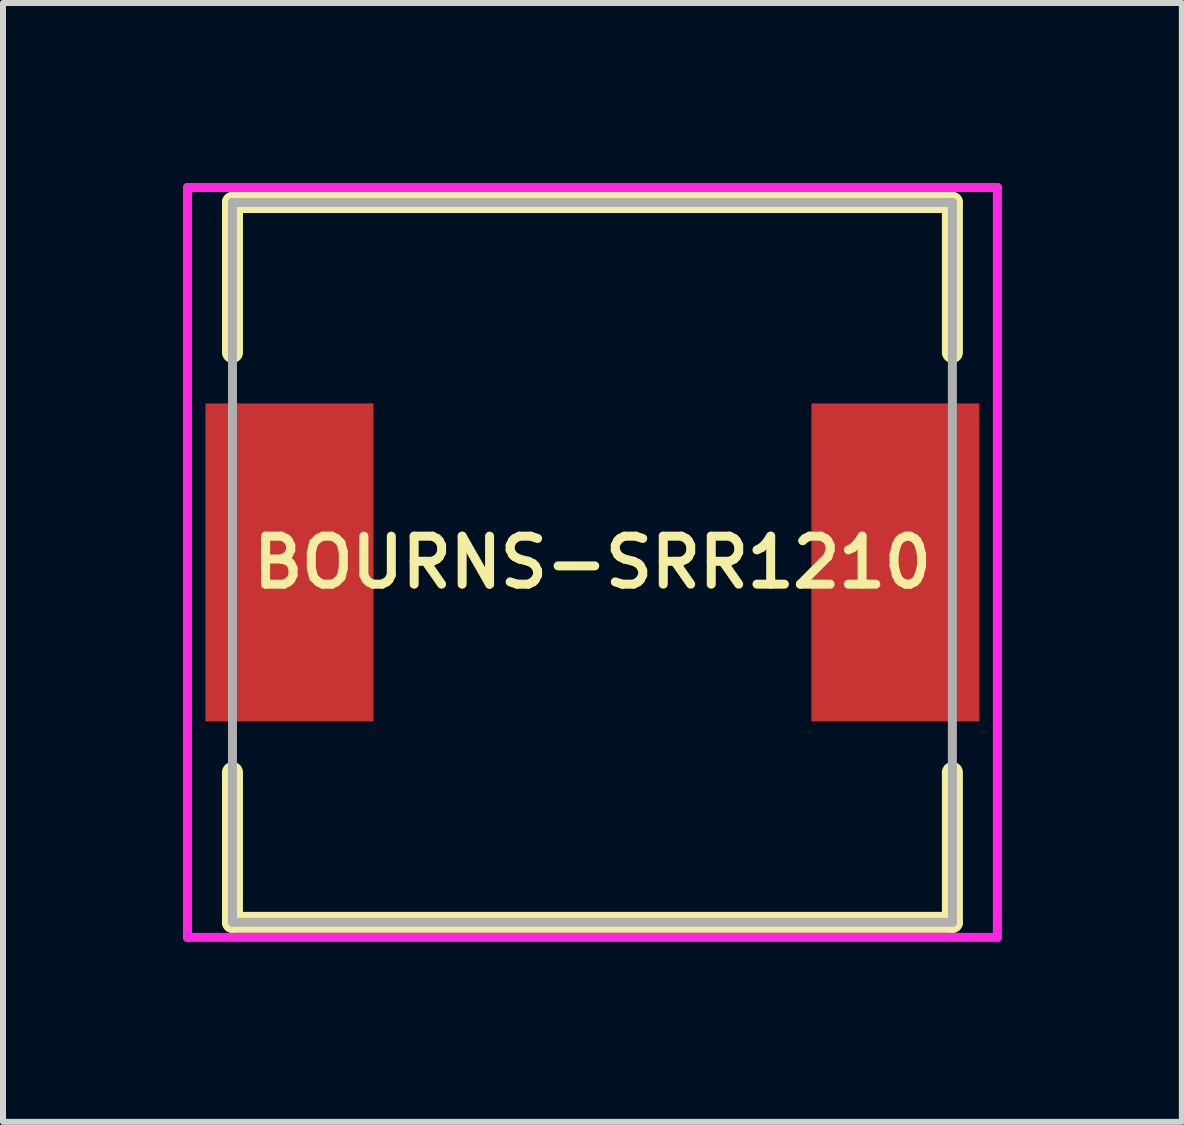
<source format=kicad_pcb>
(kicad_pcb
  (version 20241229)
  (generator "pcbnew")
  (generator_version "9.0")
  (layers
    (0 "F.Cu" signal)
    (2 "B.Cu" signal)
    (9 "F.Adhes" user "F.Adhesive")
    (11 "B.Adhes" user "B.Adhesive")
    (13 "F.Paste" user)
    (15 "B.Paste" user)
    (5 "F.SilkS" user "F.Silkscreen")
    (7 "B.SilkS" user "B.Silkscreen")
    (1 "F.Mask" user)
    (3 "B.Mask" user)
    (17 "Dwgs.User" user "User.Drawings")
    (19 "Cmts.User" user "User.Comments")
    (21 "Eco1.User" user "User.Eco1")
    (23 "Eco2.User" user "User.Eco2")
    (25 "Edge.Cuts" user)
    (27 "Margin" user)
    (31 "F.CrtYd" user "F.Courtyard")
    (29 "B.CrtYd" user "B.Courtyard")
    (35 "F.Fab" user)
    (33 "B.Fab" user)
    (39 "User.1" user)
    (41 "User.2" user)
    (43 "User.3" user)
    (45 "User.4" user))
  (footprint "BOURNS-SRR1210"
    (layer "F.Cu")
    (at 6.825 6.325)
    (property "Reference" "BOURNS-SRR1210" (at 0 0 0) (layer "F.SilkS") (effects (font (size 0.8 0.8) (thickness 0.15))))
    (attr smd)
    (fp_line (start -6 -6) (end 6 -6) (stroke (width 0.35) (type solid)) (layer "F.SilkS"))
    (fp_line (start -6 -3.5) (end -6 -6) (stroke (width 0.35) (type solid)) (layer "F.SilkS"))
    (fp_line (start -6 6) (end -6 3.5) (stroke (width 0.35) (type solid)) (layer "F.SilkS"))
    (fp_line (start 6 -6) (end 6 -3.5) (stroke (width 0.35) (type solid)) (layer "F.SilkS"))
    (fp_line (start 6 3.5) (end 6 6) (stroke (width 0.35) (type solid)) (layer "F.SilkS"))
    (fp_line (start 6 6) (end -6 6) (stroke (width 0.35) (type solid)) (layer "F.SilkS"))
    (fp_line (start -6.75 -6.25) (end 6.75 -6.25) (stroke (width 0.15) (type solid)) (layer "F.CrtYd"))
    (fp_line (start -6.75 6.25) (end -6.75 -6.25) (stroke (width 0.15) (type solid)) (layer "F.CrtYd"))
    (fp_line (start 6.75 -6.25) (end 6.75 6) (stroke (width 0.15) (type solid)) (layer "F.CrtYd"))
    (fp_line (start 6.75 6) (end 6.75 6.25) (stroke (width 0.15) (type solid)) (layer "F.CrtYd"))
    (fp_line (start 6.75 6.25) (end -6.75 6.25) (stroke (width 0.15) (type solid)) (layer "F.CrtYd"))
    (fp_line (start -6 -6) (end -6 6) (stroke (width 0.15) (type solid)) (layer "F.Fab"))
    (fp_line (start -6 6) (end 6 6) (stroke (width 0.15) (type solid)) (layer "F.Fab"))
    (fp_line (start 6 -6) (end -6 -6) (stroke (width 0.15) (type solid)) (layer "F.Fab"))
    (fp_line (start 6 6) (end 6 -6) (stroke (width 0.15) (type solid)) (layer "F.Fab"))
    (pad "1" smd rect (at -5.05 0) (size 2.8 5.3) (layers "F.Cu" "F.Mask" "F.Paste"))
    (pad "2" smd rect (at 5.05 0) (size 2.8 5.3) (layers "F.Cu" "F.Mask" "F.Paste")))
  (gr_rect
    (start -3 -3)
    (end 16.65 15.65)
    (stroke (width 0.1) (type default))
    (fill no)
    (layer "Edge.Cuts")))
</source>
